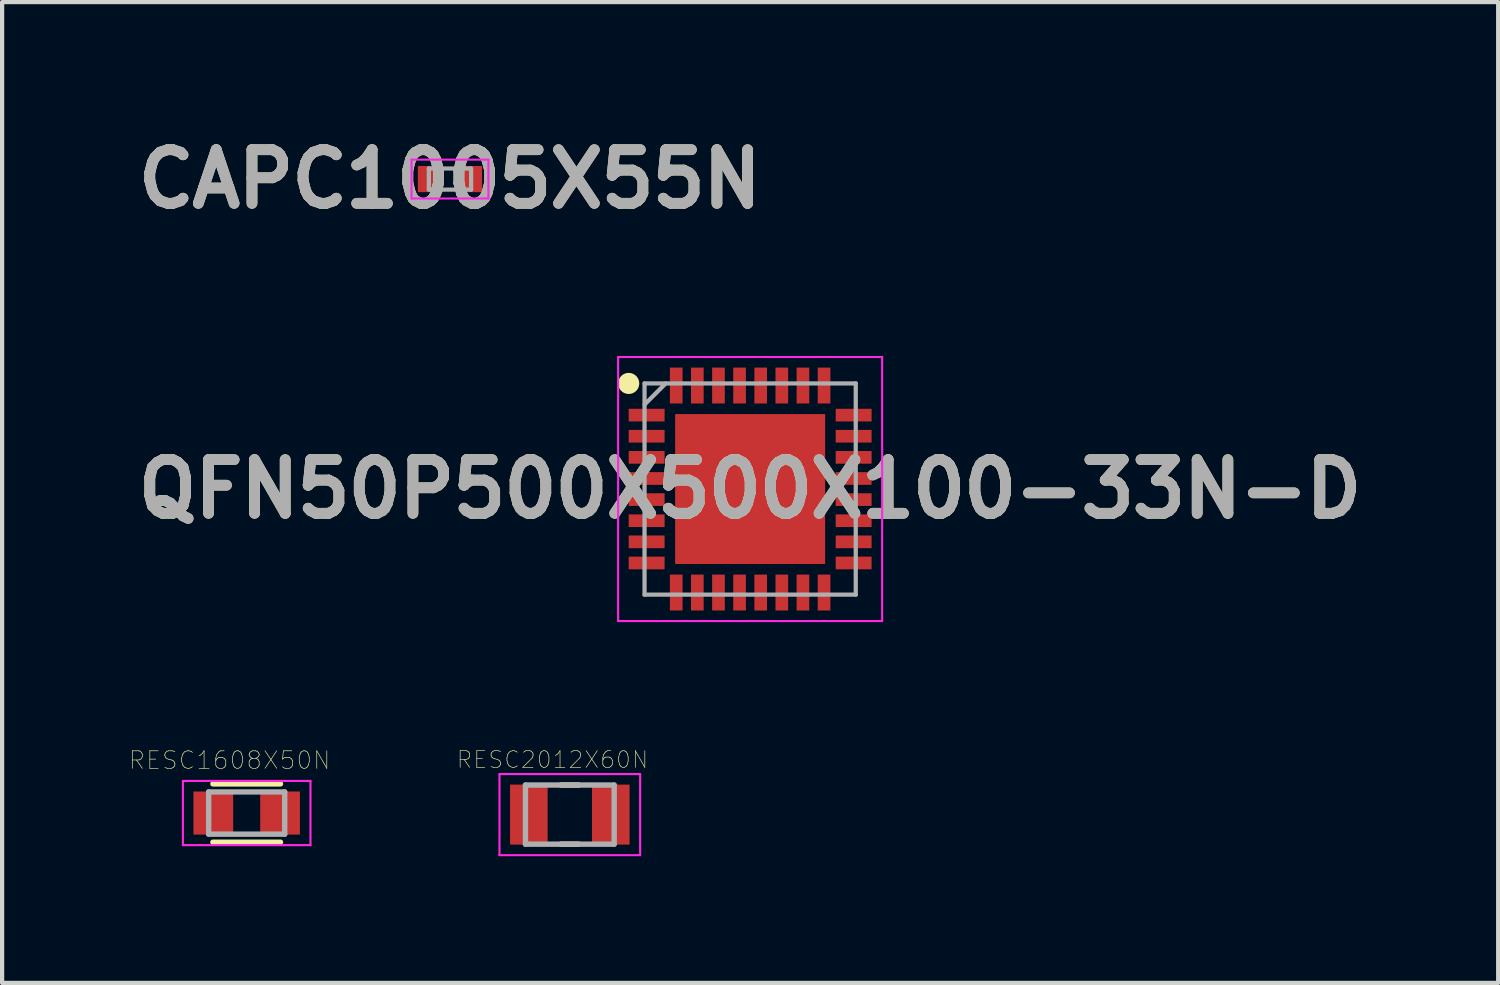
<source format=kicad_pcb>
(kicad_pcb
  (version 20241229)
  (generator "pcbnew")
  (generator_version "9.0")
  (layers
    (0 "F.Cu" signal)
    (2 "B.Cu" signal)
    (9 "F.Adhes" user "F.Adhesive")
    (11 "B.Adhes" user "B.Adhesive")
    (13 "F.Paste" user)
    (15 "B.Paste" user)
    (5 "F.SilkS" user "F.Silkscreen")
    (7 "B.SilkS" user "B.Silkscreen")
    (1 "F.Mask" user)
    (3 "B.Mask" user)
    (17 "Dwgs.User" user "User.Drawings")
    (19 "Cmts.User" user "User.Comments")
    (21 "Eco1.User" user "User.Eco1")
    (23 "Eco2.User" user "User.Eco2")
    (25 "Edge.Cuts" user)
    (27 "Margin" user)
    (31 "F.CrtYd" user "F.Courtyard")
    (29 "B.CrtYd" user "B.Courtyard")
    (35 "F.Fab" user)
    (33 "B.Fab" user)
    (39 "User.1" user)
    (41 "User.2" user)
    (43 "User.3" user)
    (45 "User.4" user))
  (footprint "RESC1608X50N"
    (layer "F.Cu")
    (at 2.79 16.197)
    (property "Reference" "RESC1608X50N" (at -0.406 -1.25 0) (layer "F.SilkS") (effects (font (size 0.415 0.415) (thickness 0.015))))
    (attr through_hole)
    (fp_line (start -0.8 -0.69) (end 0.8 -0.69) (stroke (width 0.127) (type solid)) (layer "F.SilkS"))
    (fp_line (start -0.8 0.69) (end 0.8 0.69) (stroke (width 0.127) (type solid)) (layer "F.SilkS"))
    (fp_line (start -1.51 -0.76) (end 1.51 -0.76) (stroke (width 0.05) (type solid)) (layer "F.CrtYd"))
    (fp_line (start -1.51 0.76) (end -1.51 -0.76) (stroke (width 0.05) (type solid)) (layer "F.CrtYd"))
    (fp_line (start 1.51 -0.76) (end 1.51 0.76) (stroke (width 0.05) (type solid)) (layer "F.CrtYd"))
    (fp_line (start 1.51 0.76) (end -1.51 0.76) (stroke (width 0.05) (type solid)) (layer "F.CrtYd"))
    (fp_line (start -0.9 -0.5) (end -0.9 0.5) (stroke (width 0.127) (type solid)) (layer "F.Fab"))
    (fp_line (start -0.9 -0.5) (end 0.9 -0.5) (stroke (width 0.127) (type solid)) (layer "F.Fab"))
    (fp_line (start -0.9 0.5) (end 0.9 0.5) (stroke (width 0.127) (type solid)) (layer "F.Fab"))
    (fp_line (start 0.9 -0.5) (end 0.9 0.5) (stroke (width 0.127) (type solid)) (layer "F.Fab"))
    (pad "1" smd rect (at -0.79 0) (size 0.94 1.02) (layers "F.Cu" "F.Mask" "F.Paste"))
    (pad "2" smd rect (at 0.79 0) (size 0.94 1.02) (layers "F.Cu" "F.Mask" "F.Paste")))
  (footprint "CAPC1005X55N"
    (layer "F.Cu")
    (at 7.602 1.189)
    (property "Reference" "CAPC1005X55N" (at 0 0 0) (layer "F.SilkS") (effects (font (size 1.27 1.27) (thickness 0.254))))
    (attr smd)
    (fp_line (start -0.91 -0.46) (end 0.91 -0.46) (stroke (width 0.05) (type solid)) (layer "F.CrtYd"))
    (fp_line (start -0.91 0.46) (end -0.91 -0.46) (stroke (width 0.05) (type solid)) (layer "F.CrtYd"))
    (fp_line (start 0.91 -0.46) (end 0.91 0.46) (stroke (width 0.05) (type solid)) (layer "F.CrtYd"))
    (fp_line (start 0.91 0.46) (end -0.91 0.46) (stroke (width 0.05) (type solid)) (layer "F.CrtYd"))
    (fp_line (start -0.5 -0.25) (end 0.5 -0.25) (stroke (width 0.1) (type solid)) (layer "F.Fab"))
    (fp_line (start -0.5 0.25) (end -0.5 -0.25) (stroke (width 0.1) (type solid)) (layer "F.Fab"))
    (fp_line (start 0.5 -0.25) (end 0.5 0.25) (stroke (width 0.1) (type solid)) (layer "F.Fab"))
    (fp_line (start 0.5 0.25) (end -0.5 0.25) (stroke (width 0.1) (type solid)) (layer "F.Fab"))
    (fp_text user "${REFERENCE}" (at 0 0 0) (layer "F.Fab") (effects (font (size 1.27 1.27) (thickness 0.254))))
    (pad "1" smd rect (at -0.46 0) (size 0.6 0.62) (layers "F.Cu" "F.Mask" "F.Paste"))
    (pad "2" smd rect (at 0.46 0) (size 0.6 0.62) (layers "F.Cu" "F.Mask" "F.Paste")))
  (footprint "RESC2012X60N"
    (layer "F.Cu")
    (at 10.439 16.234)
    (property "Reference" "RESC2012X60N" (at -0.41 -1.3 0) (layer "F.SilkS") (effects (font (size 0.394 0.394) (thickness 0.015))))
    (attr through_hole)
    (fp_line (start -0.21 -0.7) (end 0.21 -0.7) (stroke (width 0.127) (type solid)) (layer "F.SilkS"))
    (fp_line (start -0.21 0.7) (end 0.21 0.7) (stroke (width 0.127) (type solid)) (layer "F.SilkS"))
    (fp_line (start -1.665 -0.96) (end 1.665 -0.96) (stroke (width 0.05) (type solid)) (layer "F.CrtYd"))
    (fp_line (start -1.665 0.96) (end -1.665 -0.96) (stroke (width 0.05) (type solid)) (layer "F.CrtYd"))
    (fp_line (start -1.665 0.96) (end 1.665 0.96) (stroke (width 0.05) (type solid)) (layer "F.CrtYd"))
    (fp_line (start 1.665 0.96) (end 1.665 -0.96) (stroke (width 0.05) (type solid)) (layer "F.CrtYd"))
    (fp_line (start -1.05 0.7) (end -1.05 -0.7) (stroke (width 0.127) (type solid)) (layer "F.Fab"))
    (fp_line (start 1.05 -0.7) (end -1.05 -0.7) (stroke (width 0.127) (type solid)) (layer "F.Fab"))
    (fp_line (start 1.05 0.7) (end -1.05 0.7) (stroke (width 0.127) (type solid)) (layer "F.Fab"))
    (fp_line (start 1.05 0.7) (end 1.05 -0.7) (stroke (width 0.127) (type solid)) (layer "F.Fab"))
    (pad "1" smd rect (at -0.97 0) (size 0.89 1.42) (layers "F.Cu" "F.Mask" "F.Paste"))
    (pad "2" smd rect (at 0.97 0) (size 0.89 1.42) (layers "F.Cu" "F.Mask" "F.Paste")))
  (footprint "QFN50P500X500X100-33N-D"
    (layer "F.Cu")
    (at 14.708 8.527)
    (property "Reference" "QFN50P500X500X100-33N-D" (at 0 0 0) (layer "F.SilkS") (effects (font (size 1.27 1.27) (thickness 0.254))))
    (attr smd)
    (fp_circle (center -2.875 -2.5) (end -2.875 -2.375) (stroke (width 0.25) (type solid)) (fill no) (layer "F.SilkS"))
    (fp_line (start -3.125 -3.125) (end 3.125 -3.125) (stroke (width 0.05) (type solid)) (layer "F.CrtYd"))
    (fp_line (start -3.125 3.125) (end -3.125 -3.125) (stroke (width 0.05) (type solid)) (layer "F.CrtYd"))
    (fp_line (start 3.125 -3.125) (end 3.125 3.125) (stroke (width 0.05) (type solid)) (layer "F.CrtYd"))
    (fp_line (start 3.125 3.125) (end -3.125 3.125) (stroke (width 0.05) (type solid)) (layer "F.CrtYd"))
    (fp_line (start -2.5 -2.5) (end 2.5 -2.5) (stroke (width 0.1) (type solid)) (layer "F.Fab"))
    (fp_line (start -2.5 -2) (end -2 -2.5) (stroke (width 0.1) (type solid)) (layer "F.Fab"))
    (fp_line (start -2.5 2.5) (end -2.5 -2.5) (stroke (width 0.1) (type solid)) (layer "F.Fab"))
    (fp_line (start 2.5 -2.5) (end 2.5 2.5) (stroke (width 0.1) (type solid)) (layer "F.Fab"))
    (fp_line (start 2.5 2.5) (end -2.5 2.5) (stroke (width 0.1) (type solid)) (layer "F.Fab"))
    (fp_text user "${REFERENCE}" (at 0 0 0) (layer "F.Fab") (effects (font (size 1.27 1.27) (thickness 0.254))))
    (pad "1" smd rect (at -2.45 -1.75 90) (size 0.3 0.85) (layers "F.Cu" "F.Mask" "F.Paste"))
    (pad "2" smd rect (at -2.45 -1.25 90) (size 0.3 0.85) (layers "F.Cu" "F.Mask" "F.Paste"))
    (pad "3" smd rect (at -2.45 -0.75 90) (size 0.3 0.85) (layers "F.Cu" "F.Mask" "F.Paste"))
    (pad "4" smd rect (at -2.45 -0.25 90) (size 0.3 0.85) (layers "F.Cu" "F.Mask" "F.Paste"))
    (pad "5" smd rect (at -2.45 0.25 90) (size 0.3 0.85) (layers "F.Cu" "F.Mask" "F.Paste"))
    (pad "6" smd rect (at -2.45 0.75 90) (size 0.3 0.85) (layers "F.Cu" "F.Mask" "F.Paste"))
    (pad "7" smd rect (at -2.45 1.25 90) (size 0.3 0.85) (layers "F.Cu" "F.Mask" "F.Paste"))
    (pad "8" smd rect (at -2.45 1.75 90) (size 0.3 0.85) (layers "F.Cu" "F.Mask" "F.Paste"))
    (pad "9" smd rect (at -1.75 2.45) (size 0.3 0.85) (layers "F.Cu" "F.Mask" "F.Paste"))
    (pad "10" smd rect (at -1.25 2.45) (size 0.3 0.85) (layers "F.Cu" "F.Mask" "F.Paste"))
    (pad "11" smd rect (at -0.75 2.45) (size 0.3 0.85) (layers "F.Cu" "F.Mask" "F.Paste"))
    (pad "12" smd rect (at -0.25 2.45) (size 0.3 0.85) (layers "F.Cu" "F.Mask" "F.Paste"))
    (pad "13" smd rect (at 0.25 2.45) (size 0.3 0.85) (layers "F.Cu" "F.Mask" "F.Paste"))
    (pad "14" smd rect (at 0.75 2.45) (size 0.3 0.85) (layers "F.Cu" "F.Mask" "F.Paste"))
    (pad "15" smd rect (at 1.25 2.45) (size 0.3 0.85) (layers "F.Cu" "F.Mask" "F.Paste"))
    (pad "16" smd rect (at 1.75 2.45) (size 0.3 0.85) (layers "F.Cu" "F.Mask" "F.Paste"))
    (pad "17" smd rect (at 2.45 1.75 90) (size 0.3 0.85) (layers "F.Cu" "F.Mask" "F.Paste"))
    (pad "18" smd rect (at 2.45 1.25 90) (size 0.3 0.85) (layers "F.Cu" "F.Mask" "F.Paste"))
    (pad "19" smd rect (at 2.45 0.75 90) (size 0.3 0.85) (layers "F.Cu" "F.Mask" "F.Paste"))
    (pad "20" smd rect (at 2.45 0.25 90) (size 0.3 0.85) (layers "F.Cu" "F.Mask" "F.Paste"))
    (pad "21" smd rect (at 2.45 -0.25 90) (size 0.3 0.85) (layers "F.Cu" "F.Mask" "F.Paste"))
    (pad "22" smd rect (at 2.45 -0.75 90) (size 0.3 0.85) (layers "F.Cu" "F.Mask" "F.Paste"))
    (pad "23" smd rect (at 2.45 -1.25 90) (size 0.3 0.85) (layers "F.Cu" "F.Mask" "F.Paste"))
    (pad "24" smd rect (at 2.45 -1.75 90) (size 0.3 0.85) (layers "F.Cu" "F.Mask" "F.Paste"))
    (pad "25" smd rect (at 1.75 -2.45) (size 0.3 0.85) (layers "F.Cu" "F.Mask" "F.Paste"))
    (pad "26" smd rect (at 1.25 -2.45) (size 0.3 0.85) (layers "F.Cu" "F.Mask" "F.Paste"))
    (pad "27" smd rect (at 0.75 -2.45) (size 0.3 0.85) (layers "F.Cu" "F.Mask" "F.Paste"))
    (pad "28" smd rect (at 0.25 -2.45) (size 0.3 0.85) (layers "F.Cu" "F.Mask" "F.Paste"))
    (pad "29" smd rect (at -0.25 -2.45) (size 0.3 0.85) (layers "F.Cu" "F.Mask" "F.Paste"))
    (pad "30" smd rect (at -0.75 -2.45) (size 0.3 0.85) (layers "F.Cu" "F.Mask" "F.Paste"))
    (pad "31" smd rect (at -1.25 -2.45) (size 0.3 0.85) (layers "F.Cu" "F.Mask" "F.Paste"))
    (pad "32" smd rect (at -1.75 -2.45) (size 0.3 0.85) (layers "F.Cu" "F.Mask" "F.Paste"))
    (pad "33" smd rect (at 0 0) (size 3.55 3.55) (layers "F.Cu" "F.Mask" "F.Paste")))
  (gr_rect
    (start -3 -3)
    (end 32.416 20.219)
    (stroke (width 0.1) (type default))
    (fill no)
    (layer "Edge.Cuts")))
</source>
